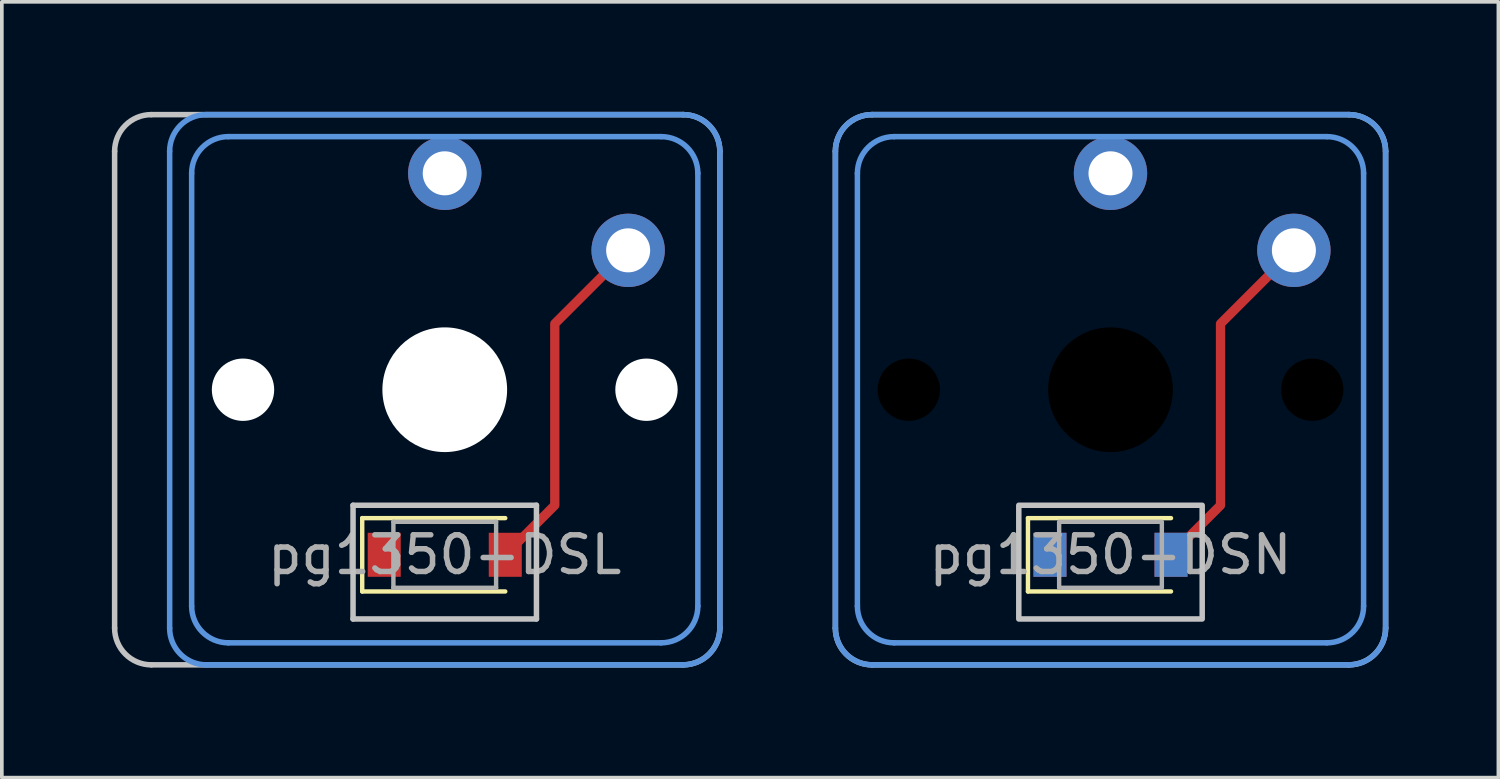
<source format=kicad_pcb>
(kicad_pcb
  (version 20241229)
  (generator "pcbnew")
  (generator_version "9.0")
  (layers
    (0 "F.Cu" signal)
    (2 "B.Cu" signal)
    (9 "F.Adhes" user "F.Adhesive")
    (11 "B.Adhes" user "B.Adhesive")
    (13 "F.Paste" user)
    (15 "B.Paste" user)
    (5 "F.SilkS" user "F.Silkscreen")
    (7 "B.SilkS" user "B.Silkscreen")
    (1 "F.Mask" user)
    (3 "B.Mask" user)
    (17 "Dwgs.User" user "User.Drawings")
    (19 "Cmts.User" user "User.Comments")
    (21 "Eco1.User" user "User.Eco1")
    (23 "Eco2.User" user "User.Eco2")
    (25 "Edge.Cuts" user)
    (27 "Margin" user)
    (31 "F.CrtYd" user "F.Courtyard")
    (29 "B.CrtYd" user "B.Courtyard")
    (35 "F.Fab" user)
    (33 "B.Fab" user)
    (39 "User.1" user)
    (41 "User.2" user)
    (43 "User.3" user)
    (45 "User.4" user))
  (footprint "pg1350-DSL"
    (layer "F.Cu")
    (at 9.075 12.075)
    (property "Reference" "pg1350-DSL" (at 0 0 0) (layer "F.Fab") (effects (font (size 1 1) (thickness 0.15))))
    (attr through_hole)
    (fp_line (start -2.25 -1) (end -2.25 1) (stroke (width 0.12) (type solid)) (layer "F.SilkS"))
    (fp_line (start -2.25 -1) (end 1.65 -1) (stroke (width 0.12) (type solid)) (layer "F.SilkS"))
    (fp_line (start -2.25 1) (end 1.65 1) (stroke (width 0.12) (type solid)) (layer "F.SilkS"))
    (fp_line (start -9 2) (end -9 -11) (stroke (width 0.15) (type solid)) (layer "Dwgs.User"))
    (fp_line (start -8 -12) (end 6.5 -12) (stroke (width 0.15) (type solid)) (layer "Dwgs.User"))
    (fp_line (start -2.5 -1.35) (end -2.5 1.75) (stroke (width 0.15) (type solid)) (layer "Dwgs.User"))
    (fp_line (start -2.5 1.75) (end 2.5 1.75) (stroke (width 0.15) (type solid)) (layer "Dwgs.User"))
    (fp_line (start 2.5 -1.35) (end -2.5 -1.35) (stroke (width 0.15) (type solid)) (layer "Dwgs.User"))
    (fp_line (start 2.5 1.75) (end 2.5 -1.35) (stroke (width 0.15) (type solid)) (layer "Dwgs.User"))
    (fp_line (start 6.5 3) (end -8 3) (stroke (width 0.15) (type solid)) (layer "Dwgs.User"))
    (fp_line (start 7.5 -11) (end 7.5 2) (stroke (width 0.15) (type solid)) (layer "Dwgs.User"))
    (fp_arc (start -9 -11) (mid -8.707107 -11.707107) (end -8 -12) (stroke (width 0.15) (type solid)) (layer "Dwgs.User"))
    (fp_arc (start -8 3) (mid -8.707107 2.707107) (end -9 2) (stroke (width 0.15) (type solid)) (layer "Dwgs.User"))
    (fp_arc (start 6.5 -12) (mid 7.207107 -11.707107) (end 7.5 -11) (stroke (width 0.15) (type solid)) (layer "Dwgs.User"))
    (fp_arc (start 7.5 2) (mid 7.207107 2.707107) (end 6.5 3) (stroke (width 0.15) (type solid)) (layer "Dwgs.User"))
    (fp_line (start -7.5 2) (end -7.5 -11) (stroke (width 0.15) (type solid)) (layer "Cmts.User"))
    (fp_line (start -6.9 1.4) (end -6.9 -10.4) (stroke (width 0.15) (type solid)) (layer "Cmts.User"))
    (fp_line (start -6.5 -12) (end 6.5 -12) (stroke (width 0.15) (type solid)) (layer "Cmts.User"))
    (fp_line (start -5.9 -11.4) (end 5.9 -11.4) (stroke (width 0.15) (type solid)) (layer "Cmts.User"))
    (fp_line (start 5.9 2.4) (end -5.9 2.4) (stroke (width 0.15) (type solid)) (layer "Cmts.User"))
    (fp_line (start 6.5 3) (end -6.5 3) (stroke (width 0.15) (type solid)) (layer "Cmts.User"))
    (fp_line (start 6.9 -10.4) (end 6.9 1.4) (stroke (width 0.15) (type solid)) (layer "Cmts.User"))
    (fp_line (start 7.5 -11) (end 7.5 2) (stroke (width 0.15) (type solid)) (layer "Cmts.User"))
    (fp_arc (start -7.5 -11) (mid -7.207107 -11.707107) (end -6.5 -12) (stroke (width 0.15) (type solid)) (layer "Cmts.User"))
    (fp_arc (start -6.9 -10.4) (mid -6.607107 -11.107107) (end -5.9 -11.4) (stroke (width 0.15) (type solid)) (layer "Cmts.User"))
    (fp_arc (start -6.5 3) (mid -7.207107 2.707107) (end -7.5 2) (stroke (width 0.15) (type solid)) (layer "Cmts.User"))
    (fp_arc (start -5.9 2.4) (mid -6.607107 2.107107) (end -6.9 1.4) (stroke (width 0.15) (type solid)) (layer "Cmts.User"))
    (fp_arc (start 5.9 -11.4) (mid 6.607107 -11.107107) (end 6.9 -10.4) (stroke (width 0.15) (type solid)) (layer "Cmts.User"))
    (fp_arc (start 6.5 -12) (mid 7.207107 -11.707107) (end 7.5 -11) (stroke (width 0.15) (type solid)) (layer "Cmts.User"))
    (fp_arc (start 6.9 1.4) (mid 6.607107 2.107107) (end 5.9 2.4) (stroke (width 0.15) (type solid)) (layer "Cmts.User"))
    (fp_arc (start 7.5 2) (mid 7.207107 2.707107) (end 6.5 3) (stroke (width 0.15) (type solid)) (layer "Cmts.User"))
    (fp_line (start -1.4 -0.9) (end -1.4 0.9) (stroke (width 0.12) (type solid)) (layer "F.Fab"))
    (fp_line (start -1.4 0.9) (end 1.4 0.9) (stroke (width 0.12) (type solid)) (layer "F.Fab"))
    (fp_line (start 1.4 -0.9) (end -1.4 -0.9) (stroke (width 0.12) (type solid)) (layer "F.Fab"))
    (fp_line (start 1.4 0.9) (end 1.4 -0.9) (stroke (width 0.12) (type solid)) (layer "F.Fab"))
    (pad "" np_thru_hole circle (at -5.5 -4.5) (size 1.7 1.7) (drill 1.7) (layers "*.Cu" "*.Mask"))
    (pad "" np_thru_hole circle (at 0 -4.5) (size 3.4 3.4) (drill 3.4) (layers "*.Cu" "*.Mask"))
    (pad "" np_thru_hole circle (at 5.5 -4.5) (size 1.7 1.7) (drill 1.7) (layers "*.Cu" "*.Mask"))
    (pad "1" thru_hole circle (at 0 -10.4) (size 2 2) (drill 1.2) (layers "*.Cu" "B.Mask"))
    (pad "2" smd rect (at -1.65 0) (size 0.9 1.2) (layers "F.Cu" "F.Mask" "F.Paste"))
    (pad "3" smd rect (at 1.65 0) (size 0.9 1.2) (layers "F.Cu" "F.Mask" "F.Paste"))
    (pad "3" smd custom (at 5 -8.3) (size 0.001 0.001) (layers "F.Cu") (options (anchor circle)) (primitives (gr_line (start 0 0) (end -2 2) (width 0.254)) (gr_line (start -2 2) (end -2 6.95) (width 0.254)) (gr_line (start -2 6.95) (end -3.35 8.3) (width 0.254))))
    (pad "3" thru_hole circle (at 5 -8.3) (size 2 2) (drill 1.2) (layers "*.Cu" "B.Mask")))
  (footprint "pg1350-DSN"
    (layer "F.Cu")
    (at 27.225 12.075)
    (property "Reference" "pg1350-DSN" (at 0 0 0) (layer "F.Fab") (effects (font (size 1 1) (thickness 0.15))))
    (attr smd)
    (fp_line (start -2.25 -1) (end -2.25 1) (stroke (width 0.12) (type solid)) (layer "F.SilkS"))
    (fp_line (start -2.25 1) (end 1.65 1) (stroke (width 0.12) (type solid)) (layer "F.SilkS"))
    (fp_line (start 1.65 -1) (end -2.25 -1) (stroke (width 0.12) (type solid)) (layer "F.SilkS"))
    (fp_line (start -7.5 2) (end -7.5 -11) (stroke (width 0.15) (type solid)) (layer "Dwgs.User"))
    (fp_line (start -6.5 -12) (end 6.5 -12) (stroke (width 0.15) (type solid)) (layer "Dwgs.User"))
    (fp_line (start 6.5 3) (end -6.5 3) (stroke (width 0.15) (type solid)) (layer "Dwgs.User"))
    (fp_line (start 7.5 -11) (end 7.5 2) (stroke (width 0.15) (type solid)) (layer "Dwgs.User"))
    (fp_rect (start 2.5 1.75) (end -2.5 -1.35) (stroke (width 0.15) (type solid)) (fill no) (layer "Dwgs.User"))
    (fp_arc (start -7.5 -11) (mid -7.207107 -11.707107) (end -6.5 -12) (stroke (width 0.15) (type solid)) (layer "Dwgs.User"))
    (fp_arc (start -6.5 3) (mid -7.207107 2.707107) (end -7.5 2) (stroke (width 0.15) (type solid)) (layer "Dwgs.User"))
    (fp_arc (start 6.5 -12) (mid 7.207107 -11.707107) (end 7.5 -11) (stroke (width 0.15) (type solid)) (layer "Dwgs.User"))
    (fp_arc (start 7.5 2) (mid 7.207107 2.707107) (end 6.5 3) (stroke (width 0.15) (type solid)) (layer "Dwgs.User"))
    (fp_line (start -7.5 2) (end -7.5 -11) (stroke (width 0.15) (type solid)) (layer "Cmts.User"))
    (fp_line (start -6.9 1.4) (end -6.9 -10.4) (stroke (width 0.15) (type solid)) (layer "Cmts.User"))
    (fp_line (start -6.5 -12) (end 6.5 -12) (stroke (width 0.15) (type solid)) (layer "Cmts.User"))
    (fp_line (start -5.9 -11.4) (end 5.9 -11.4) (stroke (width 0.15) (type solid)) (layer "Cmts.User"))
    (fp_line (start 5.9 2.4) (end -5.9 2.4) (stroke (width 0.15) (type solid)) (layer "Cmts.User"))
    (fp_line (start 6.5 3) (end -6.5 3) (stroke (width 0.15) (type solid)) (layer "Cmts.User"))
    (fp_line (start 6.9 -10.4) (end 6.9 1.4) (stroke (width 0.15) (type solid)) (layer "Cmts.User"))
    (fp_line (start 7.5 -11) (end 7.5 2) (stroke (width 0.15) (type solid)) (layer "Cmts.User"))
    (fp_arc (start -7.5 -11) (mid -7.207107 -11.707107) (end -6.5 -12) (stroke (width 0.15) (type solid)) (layer "Cmts.User"))
    (fp_arc (start -6.9 -10.4) (mid -6.607107 -11.107107) (end -5.9 -11.4) (stroke (width 0.15) (type solid)) (layer "Cmts.User"))
    (fp_arc (start -6.5 3) (mid -7.207107 2.707107) (end -7.5 2) (stroke (width 0.15) (type solid)) (layer "Cmts.User"))
    (fp_arc (start -5.9 2.4) (mid -6.607107 2.107107) (end -6.9 1.4) (stroke (width 0.15) (type solid)) (layer "Cmts.User"))
    (fp_arc (start 5.9 -11.4) (mid 6.607107 -11.107107) (end 6.9 -10.4) (stroke (width 0.15) (type solid)) (layer "Cmts.User"))
    (fp_arc (start 6.5 -12) (mid 7.207107 -11.707107) (end 7.5 -11) (stroke (width 0.15) (type solid)) (layer "Cmts.User"))
    (fp_arc (start 6.9 1.4) (mid 6.607107 2.107107) (end 5.9 2.4) (stroke (width 0.15) (type solid)) (layer "Cmts.User"))
    (fp_arc (start 7.5 2) (mid 7.207107 2.707107) (end 6.5 3) (stroke (width 0.15) (type solid)) (layer "Cmts.User"))
    (fp_rect (start 1.4 0.9) (end -1.4 -0.9) (stroke (width 0.12) (type solid)) (fill no) (layer "F.Fab"))
    (pad "" np_thru_hole circle (at -5.5 -4.5) (size 1.7 1.7) (drill 1.7) (layers "*.Mask"))
    (pad "" np_thru_hole circle (at 0 -4.5) (size 3.4 3.4) (drill 3.4) (layers "*.Mask"))
    (pad "" np_thru_hole circle (at 5.5 -4.5) (size 1.7 1.7) (drill 1.7) (layers "*.Mask"))
    (pad "1" thru_hole circle (at 0 -10.4) (size 2 2) (drill 1.2) (layers "*.Cu" "B.Mask"))
    (pad "2" smd rect (at -1.65 0) (size 0.9 1.2) (layers "*.Cu" "*.Paste" "*.Mask"))
    (pad "3" smd custom (at 1.65 0) (size 0.254 0.254) (layers "F.Cu") (options (anchor circle)) (primitives (gr_line (start 3.35 -8.3) (end 1.35 -6.3) (width 0.254)) (gr_line (start 1.35 -6.3) (end 1.35 -1.35) (width 0.254)) (gr_line (start 1.35 -1.35) (end 0 0) (width 0.254))))
    (pad "3" smd rect (at 1.65 0) (size 0.9 1.2) (layers "*.Cu" "*.Paste" "*.Mask"))
    (pad "3" thru_hole circle (at 5 -8.3) (size 2 2) (drill 1.2) (layers "*.Cu" "B.Mask")))
  (gr_rect
    (start -3 -3)
    (end 37.8 18.15)
    (stroke (width 0.1) (type default))
    (fill no)
    (layer "Edge.Cuts")))
</source>
